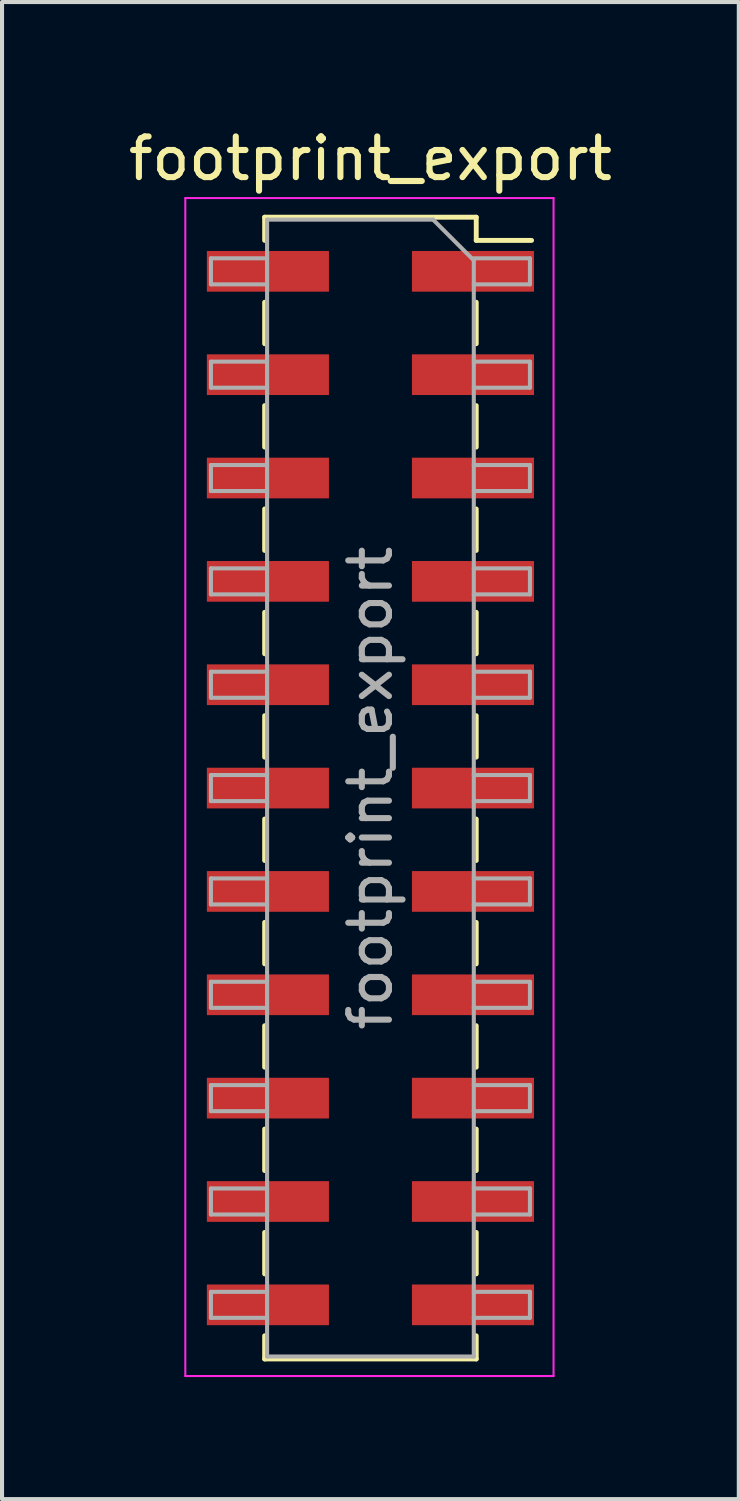
<source format=kicad_pcb>
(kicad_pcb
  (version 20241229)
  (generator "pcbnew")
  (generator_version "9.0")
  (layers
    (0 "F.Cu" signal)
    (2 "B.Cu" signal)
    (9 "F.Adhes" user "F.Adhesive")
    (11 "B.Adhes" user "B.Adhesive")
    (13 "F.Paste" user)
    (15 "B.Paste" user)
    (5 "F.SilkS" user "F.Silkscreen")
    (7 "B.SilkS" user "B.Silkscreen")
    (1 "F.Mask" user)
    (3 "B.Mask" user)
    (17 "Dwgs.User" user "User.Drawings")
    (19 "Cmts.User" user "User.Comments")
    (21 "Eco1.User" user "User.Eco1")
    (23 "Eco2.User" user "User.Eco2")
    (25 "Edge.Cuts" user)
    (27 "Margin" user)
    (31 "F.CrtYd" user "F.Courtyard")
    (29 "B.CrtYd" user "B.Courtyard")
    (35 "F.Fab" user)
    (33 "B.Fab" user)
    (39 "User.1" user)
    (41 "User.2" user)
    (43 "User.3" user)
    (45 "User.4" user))
  (footprint "footprint_export"
    (layer "F.Cu")
    (at 6.054 16.318)
    (property "Reference" "footprint_export" (at 0 -15.47 0) (layer "F.SilkS") (effects (font (size 1 1) (thickness 0.15))))
    (attr smd)
    (fp_line (start -2.6 -14.03) (end -2.6 -13.46) (stroke (width 0.12) (type solid)) (layer "F.SilkS"))
    (fp_line (start -2.6 -14.03) (end 2.6 -14.03) (stroke (width 0.12) (type solid)) (layer "F.SilkS"))
    (fp_line (start -2.6 -11.94) (end -2.6 -10.92) (stroke (width 0.12) (type solid)) (layer "F.SilkS"))
    (fp_line (start -2.6 -9.4) (end -2.6 -8.38) (stroke (width 0.12) (type solid)) (layer "F.SilkS"))
    (fp_line (start -2.6 -6.86) (end -2.6 -5.84) (stroke (width 0.12) (type solid)) (layer "F.SilkS"))
    (fp_line (start -2.6 -4.32) (end -2.6 -3.3) (stroke (width 0.12) (type solid)) (layer "F.SilkS"))
    (fp_line (start -2.6 -1.78) (end -2.6 -0.76) (stroke (width 0.12) (type solid)) (layer "F.SilkS"))
    (fp_line (start -2.6 0.76) (end -2.6 1.78) (stroke (width 0.12) (type solid)) (layer "F.SilkS"))
    (fp_line (start -2.6 3.3) (end -2.6 4.32) (stroke (width 0.12) (type solid)) (layer "F.SilkS"))
    (fp_line (start -2.6 5.84) (end -2.6 6.86) (stroke (width 0.12) (type solid)) (layer "F.SilkS"))
    (fp_line (start -2.6 8.38) (end -2.6 9.4) (stroke (width 0.12) (type solid)) (layer "F.SilkS"))
    (fp_line (start -2.6 10.92) (end -2.6 11.94) (stroke (width 0.12) (type solid)) (layer "F.SilkS"))
    (fp_line (start -2.6 13.46) (end -2.6 14.03) (stroke (width 0.12) (type solid)) (layer "F.SilkS"))
    (fp_line (start -2.6 14.03) (end 2.6 14.03) (stroke (width 0.12) (type solid)) (layer "F.SilkS"))
    (fp_line (start 2.6 -14.03) (end 2.6 -13.46) (stroke (width 0.12) (type solid)) (layer "F.SilkS"))
    (fp_line (start 2.6 -13.46) (end 3.96 -13.46) (stroke (width 0.12) (type solid)) (layer "F.SilkS"))
    (fp_line (start 2.6 -11.94) (end 2.6 -10.92) (stroke (width 0.12) (type solid)) (layer "F.SilkS"))
    (fp_line (start 2.6 -9.4) (end 2.6 -8.38) (stroke (width 0.12) (type solid)) (layer "F.SilkS"))
    (fp_line (start 2.6 -6.86) (end 2.6 -5.84) (stroke (width 0.12) (type solid)) (layer "F.SilkS"))
    (fp_line (start 2.6 -4.32) (end 2.6 -3.3) (stroke (width 0.12) (type solid)) (layer "F.SilkS"))
    (fp_line (start 2.6 -1.78) (end 2.6 -0.76) (stroke (width 0.12) (type solid)) (layer "F.SilkS"))
    (fp_line (start 2.6 0.76) (end 2.6 1.78) (stroke (width 0.12) (type solid)) (layer "F.SilkS"))
    (fp_line (start 2.6 3.3) (end 2.6 4.32) (stroke (width 0.12) (type solid)) (layer "F.SilkS"))
    (fp_line (start 2.6 5.84) (end 2.6 6.86) (stroke (width 0.12) (type solid)) (layer "F.SilkS"))
    (fp_line (start 2.6 8.38) (end 2.6 9.4) (stroke (width 0.12) (type solid)) (layer "F.SilkS"))
    (fp_line (start 2.6 10.92) (end 2.6 11.94) (stroke (width 0.12) (type solid)) (layer "F.SilkS"))
    (fp_line (start 2.6 13.46) (end 2.6 14.03) (stroke (width 0.12) (type solid)) (layer "F.SilkS"))
    (fp_line (start -4.55 -14.5) (end 4.5 -14.5) (stroke (width 0.05) (type solid)) (layer "F.CrtYd"))
    (fp_line (start -4.55 14.45) (end -4.55 -14.5) (stroke (width 0.05) (type solid)) (layer "F.CrtYd"))
    (fp_line (start 4.5 -14.5) (end 4.5 14.45) (stroke (width 0.05) (type solid)) (layer "F.CrtYd"))
    (fp_line (start 4.5 14.45) (end -4.55 14.45) (stroke (width 0.05) (type solid)) (layer "F.CrtYd"))
    (fp_line (start -3.92 -13.02) (end -2.54 -13.02) (stroke (width 0.1) (type solid)) (layer "F.Fab"))
    (fp_line (start -3.92 -12.38) (end -3.92 -13.02) (stroke (width 0.1) (type solid)) (layer "F.Fab"))
    (fp_line (start -3.92 -10.48) (end -2.54 -10.48) (stroke (width 0.1) (type solid)) (layer "F.Fab"))
    (fp_line (start -3.92 -9.84) (end -3.92 -10.48) (stroke (width 0.1) (type solid)) (layer "F.Fab"))
    (fp_line (start -3.92 -7.94) (end -2.54 -7.94) (stroke (width 0.1) (type solid)) (layer "F.Fab"))
    (fp_line (start -3.92 -7.3) (end -3.92 -7.94) (stroke (width 0.1) (type solid)) (layer "F.Fab"))
    (fp_line (start -3.92 -5.4) (end -2.54 -5.4) (stroke (width 0.1) (type solid)) (layer "F.Fab"))
    (fp_line (start -3.92 -4.76) (end -3.92 -5.4) (stroke (width 0.1) (type solid)) (layer "F.Fab"))
    (fp_line (start -3.92 -2.86) (end -2.54 -2.86) (stroke (width 0.1) (type solid)) (layer "F.Fab"))
    (fp_line (start -3.92 -2.22) (end -3.92 -2.86) (stroke (width 0.1) (type solid)) (layer "F.Fab"))
    (fp_line (start -3.92 -0.32) (end -2.54 -0.32) (stroke (width 0.1) (type solid)) (layer "F.Fab"))
    (fp_line (start -3.92 0.32) (end -3.92 -0.32) (stroke (width 0.1) (type solid)) (layer "F.Fab"))
    (fp_line (start -3.92 2.22) (end -2.54 2.22) (stroke (width 0.1) (type solid)) (layer "F.Fab"))
    (fp_line (start -3.92 2.86) (end -3.92 2.22) (stroke (width 0.1) (type solid)) (layer "F.Fab"))
    (fp_line (start -3.92 4.76) (end -2.54 4.76) (stroke (width 0.1) (type solid)) (layer "F.Fab"))
    (fp_line (start -3.92 5.4) (end -3.92 4.76) (stroke (width 0.1) (type solid)) (layer "F.Fab"))
    (fp_line (start -3.92 7.3) (end -2.54 7.3) (stroke (width 0.1) (type solid)) (layer "F.Fab"))
    (fp_line (start -3.92 7.94) (end -3.92 7.3) (stroke (width 0.1) (type solid)) (layer "F.Fab"))
    (fp_line (start -3.92 9.84) (end -2.54 9.84) (stroke (width 0.1) (type solid)) (layer "F.Fab"))
    (fp_line (start -3.92 10.48) (end -3.92 9.84) (stroke (width 0.1) (type solid)) (layer "F.Fab"))
    (fp_line (start -3.92 12.38) (end -2.54 12.38) (stroke (width 0.1) (type solid)) (layer "F.Fab"))
    (fp_line (start -3.92 13.02) (end -3.92 12.38) (stroke (width 0.1) (type solid)) (layer "F.Fab"))
    (fp_line (start -2.54 -13.97) (end 1.54 -13.97) (stroke (width 0.1) (type solid)) (layer "F.Fab"))
    (fp_line (start -2.54 -12.38) (end -3.92 -12.38) (stroke (width 0.1) (type solid)) (layer "F.Fab"))
    (fp_line (start -2.54 -9.84) (end -3.92 -9.84) (stroke (width 0.1) (type solid)) (layer "F.Fab"))
    (fp_line (start -2.54 -7.3) (end -3.92 -7.3) (stroke (width 0.1) (type solid)) (layer "F.Fab"))
    (fp_line (start -2.54 -4.76) (end -3.92 -4.76) (stroke (width 0.1) (type solid)) (layer "F.Fab"))
    (fp_line (start -2.54 -2.22) (end -3.92 -2.22) (stroke (width 0.1) (type solid)) (layer "F.Fab"))
    (fp_line (start -2.54 0.32) (end -3.92 0.32) (stroke (width 0.1) (type solid)) (layer "F.Fab"))
    (fp_line (start -2.54 2.86) (end -3.92 2.86) (stroke (width 0.1) (type solid)) (layer "F.Fab"))
    (fp_line (start -2.54 5.4) (end -3.92 5.4) (stroke (width 0.1) (type solid)) (layer "F.Fab"))
    (fp_line (start -2.54 7.94) (end -3.92 7.94) (stroke (width 0.1) (type solid)) (layer "F.Fab"))
    (fp_line (start -2.54 10.48) (end -3.92 10.48) (stroke (width 0.1) (type solid)) (layer "F.Fab"))
    (fp_line (start -2.54 13.02) (end -3.92 13.02) (stroke (width 0.1) (type solid)) (layer "F.Fab"))
    (fp_line (start -2.54 13.97) (end -2.54 -13.97) (stroke (width 0.1) (type solid)) (layer "F.Fab"))
    (fp_line (start 1.54 -13.97) (end 2.54 -12.97) (stroke (width 0.1) (type solid)) (layer "F.Fab"))
    (fp_line (start 2.54 -13.02) (end 3.92 -13.02) (stroke (width 0.1) (type solid)) (layer "F.Fab"))
    (fp_line (start 2.54 -12.97) (end 2.54 13.97) (stroke (width 0.1) (type solid)) (layer "F.Fab"))
    (fp_line (start 2.54 -10.48) (end 3.92 -10.48) (stroke (width 0.1) (type solid)) (layer "F.Fab"))
    (fp_line (start 2.54 -7.94) (end 3.92 -7.94) (stroke (width 0.1) (type solid)) (layer "F.Fab"))
    (fp_line (start 2.54 -5.4) (end 3.92 -5.4) (stroke (width 0.1) (type solid)) (layer "F.Fab"))
    (fp_line (start 2.54 -2.86) (end 3.92 -2.86) (stroke (width 0.1) (type solid)) (layer "F.Fab"))
    (fp_line (start 2.54 -0.32) (end 3.92 -0.32) (stroke (width 0.1) (type solid)) (layer "F.Fab"))
    (fp_line (start 2.54 2.22) (end 3.92 2.22) (stroke (width 0.1) (type solid)) (layer "F.Fab"))
    (fp_line (start 2.54 4.76) (end 3.92 4.76) (stroke (width 0.1) (type solid)) (layer "F.Fab"))
    (fp_line (start 2.54 7.3) (end 3.92 7.3) (stroke (width 0.1) (type solid)) (layer "F.Fab"))
    (fp_line (start 2.54 9.84) (end 3.92 9.84) (stroke (width 0.1) (type solid)) (layer "F.Fab"))
    (fp_line (start 2.54 12.38) (end 3.92 12.38) (stroke (width 0.1) (type solid)) (layer "F.Fab"))
    (fp_line (start 2.54 13.97) (end -2.54 13.97) (stroke (width 0.1) (type solid)) (layer "F.Fab"))
    (fp_line (start 3.92 -13.02) (end 3.92 -12.38) (stroke (width 0.1) (type solid)) (layer "F.Fab"))
    (fp_line (start 3.92 -12.38) (end 2.54 -12.38) (stroke (width 0.1) (type solid)) (layer "F.Fab"))
    (fp_line (start 3.92 -10.48) (end 3.92 -9.84) (stroke (width 0.1) (type solid)) (layer "F.Fab"))
    (fp_line (start 3.92 -9.84) (end 2.54 -9.84) (stroke (width 0.1) (type solid)) (layer "F.Fab"))
    (fp_line (start 3.92 -7.94) (end 3.92 -7.3) (stroke (width 0.1) (type solid)) (layer "F.Fab"))
    (fp_line (start 3.92 -7.3) (end 2.54 -7.3) (stroke (width 0.1) (type solid)) (layer "F.Fab"))
    (fp_line (start 3.92 -5.4) (end 3.92 -4.76) (stroke (width 0.1) (type solid)) (layer "F.Fab"))
    (fp_line (start 3.92 -4.76) (end 2.54 -4.76) (stroke (width 0.1) (type solid)) (layer "F.Fab"))
    (fp_line (start 3.92 -2.86) (end 3.92 -2.22) (stroke (width 0.1) (type solid)) (layer "F.Fab"))
    (fp_line (start 3.92 -2.22) (end 2.54 -2.22) (stroke (width 0.1) (type solid)) (layer "F.Fab"))
    (fp_line (start 3.92 -0.32) (end 3.92 0.32) (stroke (width 0.1) (type solid)) (layer "F.Fab"))
    (fp_line (start 3.92 0.32) (end 2.54 0.32) (stroke (width 0.1) (type solid)) (layer "F.Fab"))
    (fp_line (start 3.92 2.22) (end 3.92 2.86) (stroke (width 0.1) (type solid)) (layer "F.Fab"))
    (fp_line (start 3.92 2.86) (end 2.54 2.86) (stroke (width 0.1) (type solid)) (layer "F.Fab"))
    (fp_line (start 3.92 4.76) (end 3.92 5.4) (stroke (width 0.1) (type solid)) (layer "F.Fab"))
    (fp_line (start 3.92 5.4) (end 2.54 5.4) (stroke (width 0.1) (type solid)) (layer "F.Fab"))
    (fp_line (start 3.92 7.3) (end 3.92 7.94) (stroke (width 0.1) (type solid)) (layer "F.Fab"))
    (fp_line (start 3.92 7.94) (end 2.54 7.94) (stroke (width 0.1) (type solid)) (layer "F.Fab"))
    (fp_line (start 3.92 9.84) (end 3.92 10.48) (stroke (width 0.1) (type solid)) (layer "F.Fab"))
    (fp_line (start 3.92 10.48) (end 2.54 10.48) (stroke (width 0.1) (type solid)) (layer "F.Fab"))
    (fp_line (start 3.92 12.38) (end 3.92 13.02) (stroke (width 0.1) (type solid)) (layer "F.Fab"))
    (fp_line (start 3.92 13.02) (end 2.54 13.02) (stroke (width 0.1) (type solid)) (layer "F.Fab"))
    (fp_text user "${REFERENCE}" (at 0 0 90) (layer "F.Fab") (effects (font (size 1 1) (thickness 0.15))))
    (pad "1" smd rect (at 2.52 -12.7) (size 3 1) (layers "F.Cu" "F.Mask" "F.Paste"))
    (pad "2" smd rect (at -2.52 -12.7) (size 3 1) (layers "F.Cu" "F.Mask" "F.Paste"))
    (pad "3" smd rect (at 2.52 -10.16) (size 3 1) (layers "F.Cu" "F.Mask" "F.Paste"))
    (pad "4" smd rect (at -2.52 -10.16) (size 3 1) (layers "F.Cu" "F.Mask" "F.Paste"))
    (pad "5" smd rect (at 2.52 -7.62) (size 3 1) (layers "F.Cu" "F.Mask" "F.Paste"))
    (pad "6" smd rect (at -2.52 -7.62) (size 3 1) (layers "F.Cu" "F.Mask" "F.Paste"))
    (pad "7" smd rect (at 2.52 -5.08) (size 3 1) (layers "F.Cu" "F.Mask" "F.Paste"))
    (pad "8" smd rect (at -2.52 -5.08) (size 3 1) (layers "F.Cu" "F.Mask" "F.Paste"))
    (pad "9" smd rect (at 2.52 -2.54) (size 3 1) (layers "F.Cu" "F.Mask" "F.Paste"))
    (pad "10" smd rect (at -2.52 -2.54) (size 3 1) (layers "F.Cu" "F.Mask" "F.Paste"))
    (pad "11" smd rect (at 2.52 0) (size 3 1) (layers "F.Cu" "F.Mask" "F.Paste"))
    (pad "12" smd rect (at -2.52 0) (size 3 1) (layers "F.Cu" "F.Mask" "F.Paste"))
    (pad "13" smd rect (at 2.52 2.54) (size 3 1) (layers "F.Cu" "F.Mask" "F.Paste"))
    (pad "14" smd rect (at -2.52 2.54) (size 3 1) (layers "F.Cu" "F.Mask" "F.Paste"))
    (pad "15" smd rect (at 2.52 5.08) (size 3 1) (layers "F.Cu" "F.Mask" "F.Paste"))
    (pad "16" smd rect (at -2.52 5.08) (size 3 1) (layers "F.Cu" "F.Mask" "F.Paste"))
    (pad "17" smd rect (at 2.52 7.62) (size 3 1) (layers "F.Cu" "F.Mask" "F.Paste"))
    (pad "18" smd rect (at -2.52 7.62) (size 3 1) (layers "F.Cu" "F.Mask" "F.Paste"))
    (pad "19" smd rect (at 2.52 10.16) (size 3 1) (layers "F.Cu" "F.Mask" "F.Paste"))
    (pad "20" smd rect (at -2.52 10.16) (size 3 1) (layers "F.Cu" "F.Mask" "F.Paste"))
    (pad "21" smd rect (at 2.52 12.7) (size 3 1) (layers "F.Cu" "F.Mask" "F.Paste"))
    (pad "22" smd rect (at -2.52 12.7) (size 3 1) (layers "F.Cu" "F.Mask" "F.Paste")))
  (gr_rect
    (start -3 -3)
    (end 15.107 33.793)
    (stroke (width 0.1) (type default))
    (fill no)
    (layer "Edge.Cuts")))
</source>
